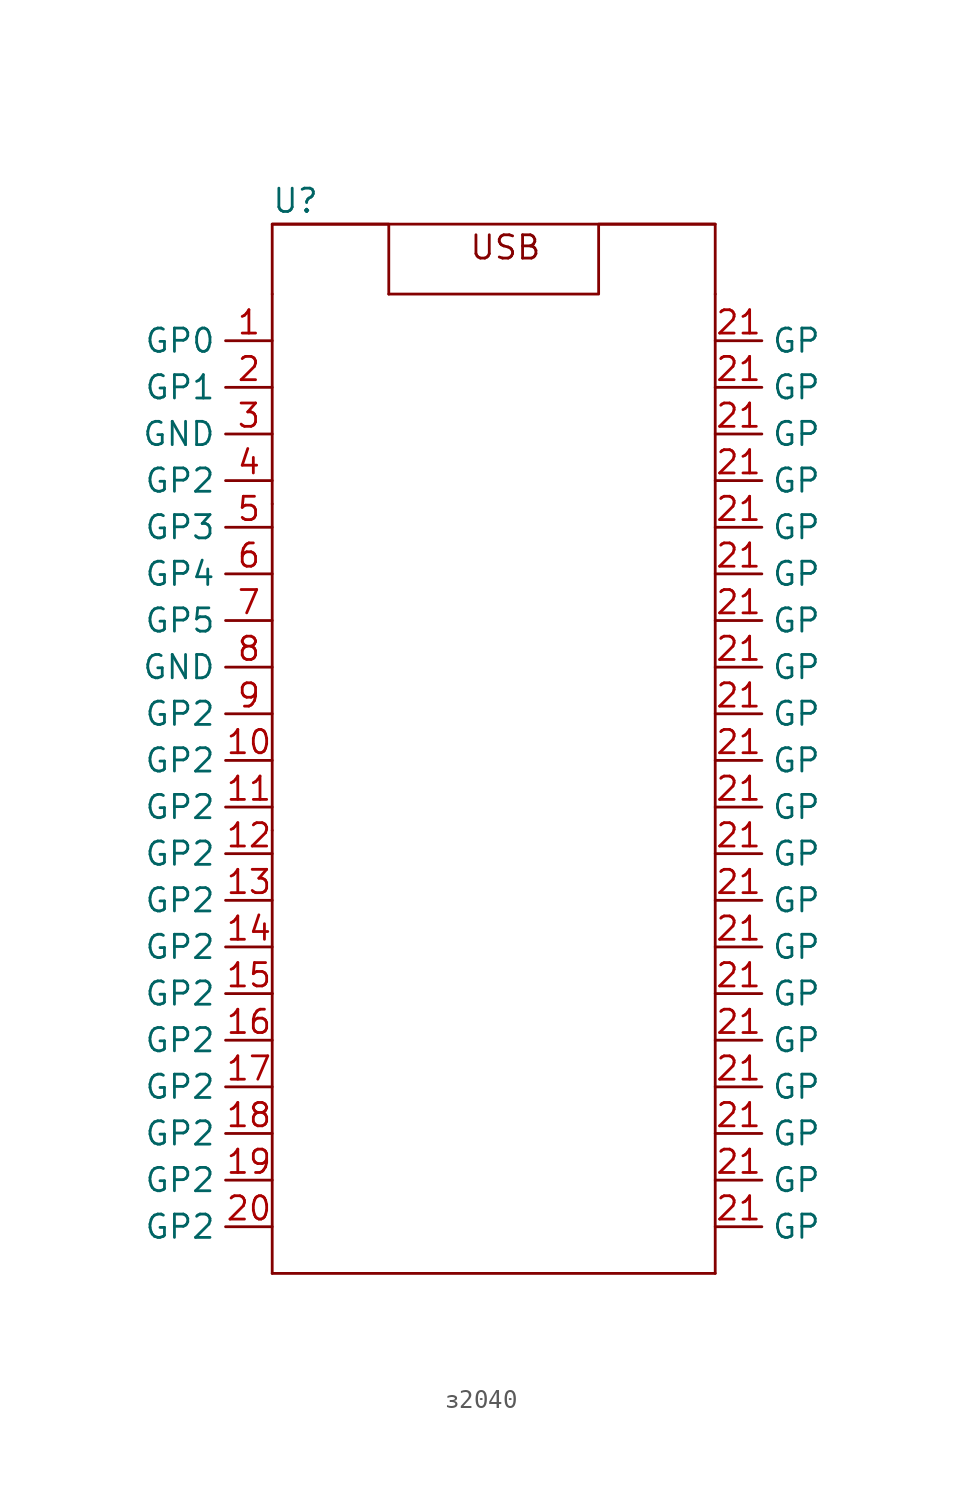
<source format=kicad_sym>
(kicad_symbol_lib
  (version 20220914)
  (generator kicad_symbol_editor)
  (symbol "з2040"
    (property "Reference" "U"
      (at -2.54 1.27 0)
      (effects (font (size 1.27 1.27))))
    (property "Value" ""
      (at 0 0 0)
      (effects (font (size 1.27 1.27))))
    (symbol "з2040_0_1"
      (polyline (pts (xy -3.81 -57.15) (xy 20.32 -57.15)) (stroke (width 0) (type default)) (fill (type none)))
      (polyline (pts (xy -3.81 -41.91) (xy -3.81 -57.15)) (stroke (width 0) (type default)) (fill (type none)))
      (polyline (pts (xy -3.81 -33.02) (xy -3.81 -41.91)) (stroke (width 0) (type default)) (fill (type none)))
      (polyline (pts (xy -3.81 -15.24) (xy -3.81 -33.02)) (stroke (width 0) (type default)) (fill (type none)))
      (polyline (pts (xy -3.81 -3.81) (xy -3.81 -15.24)) (stroke (width 0) (type default)) (fill (type none)))
      (polyline (pts (xy 20.32 -3.81) (xy 20.32 -57.15)) (stroke (width 0) (type default)) (fill (type none)))
      (polyline (pts (xy -3.81 0) (xy 2.54 0) (xy 2.54 -3.81)) (stroke (width 0) (type default)) (fill (type none)))
      (polyline (pts (xy -3.81 -3.81) (xy -3.81 0) (xy 20.32 0) (xy 20.32 -3.81)) (stroke (width 0) (type default)) (fill (type none)))
      (polyline (pts (xy 20.32 0) (xy 13.97 0) (xy 13.97 -3.81) (xy 2.54 -3.81)) (stroke (width 0) (type default)) (fill (type none))))
    (symbol "з2040_1_1"
      (text "USB" (at 8.89 -1.27 0) (effects (font (size 1.27 1.27))))
      (pin bidirectional line (at -3.81 -6.35 180) (length 2.54) (name "GP0" (effects (font (size 1.27 1.27)))) (number "1" (effects (font (size 1.27 1.27)))))
      (pin bidirectional line (at -3.81 -29.21 180) (length 2.54) (name "GP2" (effects (font (size 1.27 1.27)))) (number "10" (effects (font (size 1.27 1.27)))))
      (pin bidirectional line (at -3.81 -31.75 180) (length 2.54) (name "GP2" (effects (font (size 1.27 1.27)))) (number "11" (effects (font (size 1.27 1.27)))))
      (pin bidirectional line (at -3.81 -34.29 180) (length 2.54) (name "GP2" (effects (font (size 1.27 1.27)))) (number "12" (effects (font (size 1.27 1.27)))))
      (pin bidirectional line (at -3.81 -36.83 180) (length 2.54) (name "GP2" (effects (font (size 1.27 1.27)))) (number "13" (effects (font (size 1.27 1.27)))))
      (pin bidirectional line (at -3.81 -39.37 180) (length 2.54) (name "GP2" (effects (font (size 1.27 1.27)))) (number "14" (effects (font (size 1.27 1.27)))))
      (pin bidirectional line (at -3.81 -41.91 180) (length 2.54) (name "GP2" (effects (font (size 1.27 1.27)))) (number "15" (effects (font (size 1.27 1.27)))))
      (pin bidirectional line (at -3.81 -44.45 180) (length 2.54) (name "GP2" (effects (font (size 1.27 1.27)))) (number "16" (effects (font (size 1.27 1.27)))))
      (pin bidirectional line (at -3.81 -46.99 180) (length 2.54) (name "GP2" (effects (font (size 1.27 1.27)))) (number "17" (effects (font (size 1.27 1.27)))))
      (pin bidirectional line (at -3.81 -49.53 180) (length 2.54) (name "GP2" (effects (font (size 1.27 1.27)))) (number "18" (effects (font (size 1.27 1.27)))))
      (pin bidirectional line (at -3.81 -52.07 180) (length 2.54) (name "GP2" (effects (font (size 1.27 1.27)))) (number "19" (effects (font (size 1.27 1.27)))))
      (pin bidirectional line (at -3.81 -8.89 180) (length 2.54) (name "GP1" (effects (font (size 1.27 1.27)))) (number "2" (effects (font (size 1.27 1.27)))))
      (pin bidirectional line (at -3.81 -54.61 180) (length 2.54) (name "GP2" (effects (font (size 1.27 1.27)))) (number "20" (effects (font (size 1.27 1.27)))))
      (pin bidirectional line (at 20.32 -54.61 0) (length 2.54) (name "GP" (effects (font (size 1.27 1.27)))) (number "21" (effects (font (size 1.27 1.27)))))
      (pin bidirectional line (at 20.32 -52.07 0) (length 2.54) (name "GP" (effects (font (size 1.27 1.27)))) (number "21" (effects (font (size 1.27 1.27)))))
      (pin bidirectional line (at 20.32 -49.53 0) (length 2.54) (name "GP" (effects (font (size 1.27 1.27)))) (number "21" (effects (font (size 1.27 1.27)))))
      (pin bidirectional line (at 20.32 -46.99 0) (length 2.54) (name "GP" (effects (font (size 1.27 1.27)))) (number "21" (effects (font (size 1.27 1.27)))))
      (pin bidirectional line (at 20.32 -44.45 0) (length 2.54) (name "GP" (effects (font (size 1.27 1.27)))) (number "21" (effects (font (size 1.27 1.27)))))
      (pin bidirectional line (at 20.32 -41.91 0) (length 2.54) (name "GP" (effects (font (size 1.27 1.27)))) (number "21" (effects (font (size 1.27 1.27)))))
      (pin bidirectional line (at 20.32 -39.37 0) (length 2.54) (name "GP" (effects (font (size 1.27 1.27)))) (number "21" (effects (font (size 1.27 1.27)))))
      (pin bidirectional line (at 20.32 -36.83 0) (length 2.54) (name "GP" (effects (font (size 1.27 1.27)))) (number "21" (effects (font (size 1.27 1.27)))))
      (pin bidirectional line (at 20.32 -34.29 0) (length 2.54) (name "GP" (effects (font (size 1.27 1.27)))) (number "21" (effects (font (size 1.27 1.27)))))
      (pin bidirectional line (at 20.32 -31.75 0) (length 2.54) (name "GP" (effects (font (size 1.27 1.27)))) (number "21" (effects (font (size 1.27 1.27)))))
      (pin bidirectional line (at 20.32 -29.21 0) (length 2.54) (name "GP" (effects (font (size 1.27 1.27)))) (number "21" (effects (font (size 1.27 1.27)))))
      (pin bidirectional line (at 20.32 -26.67 0) (length 2.54) (name "GP" (effects (font (size 1.27 1.27)))) (number "21" (effects (font (size 1.27 1.27)))))
      (pin bidirectional line (at 20.32 -24.13 0) (length 2.54) (name "GP" (effects (font (size 1.27 1.27)))) (number "21" (effects (font (size 1.27 1.27)))))
      (pin bidirectional line (at 20.32 -21.59 0) (length 2.54) (name "GP" (effects (font (size 1.27 1.27)))) (number "21" (effects (font (size 1.27 1.27)))))
      (pin bidirectional line (at 20.32 -19.05 0) (length 2.54) (name "GP" (effects (font (size 1.27 1.27)))) (number "21" (effects (font (size 1.27 1.27)))))
      (pin bidirectional line (at 20.32 -16.51 0) (length 2.54) (name "GP" (effects (font (size 1.27 1.27)))) (number "21" (effects (font (size 1.27 1.27)))))
      (pin bidirectional line (at 20.32 -13.97 0) (length 2.54) (name "GP" (effects (font (size 1.27 1.27)))) (number "21" (effects (font (size 1.27 1.27)))))
      (pin bidirectional line (at 20.32 -11.43 0) (length 2.54) (name "GP" (effects (font (size 1.27 1.27)))) (number "21" (effects (font (size 1.27 1.27)))))
      (pin bidirectional line (at 20.32 -8.89 0) (length 2.54) (name "GP" (effects (font (size 1.27 1.27)))) (number "21" (effects (font (size 1.27 1.27)))))
      (pin bidirectional line (at 20.32 -6.35 0) (length 2.54) (name "GP" (effects (font (size 1.27 1.27)))) (number "21" (effects (font (size 1.27 1.27)))))
      (pin power_out line (at -3.81 -11.43 180) (length 2.54) (name "GND" (effects (font (size 1.27 1.27)))) (number "3" (effects (font (size 1.27 1.27)))))
      (pin bidirectional line (at -3.81 -13.97 180) (length 2.54) (name "GP2" (effects (font (size 1.27 1.27)))) (number "4" (effects (font (size 1.27 1.27)))))
      (pin bidirectional line (at -3.81 -16.51 180) (length 2.54) (name "GP3" (effects (font (size 1.27 1.27)))) (number "5" (effects (font (size 1.27 1.27)))))
      (pin bidirectional line (at -3.81 -19.05 180) (length 2.54) (name "GP4" (effects (font (size 1.27 1.27)))) (number "6" (effects (font (size 1.27 1.27)))))
      (pin bidirectional line (at -3.81 -21.59 180) (length 2.54) (name "GP5" (effects (font (size 1.27 1.27)))) (number "7" (effects (font (size 1.27 1.27)))))
      (pin power_out line (at -3.81 -24.13 180) (length 2.54) (name "GND" (effects (font (size 1.27 1.27)))) (number "8" (effects (font (size 1.27 1.27)))))
      (pin bidirectional line (at -3.81 -26.67 180) (length 2.54) (name "GP2" (effects (font (size 1.27 1.27)))) (number "9" (effects (font (size 1.27 1.27))))))))
</source>
